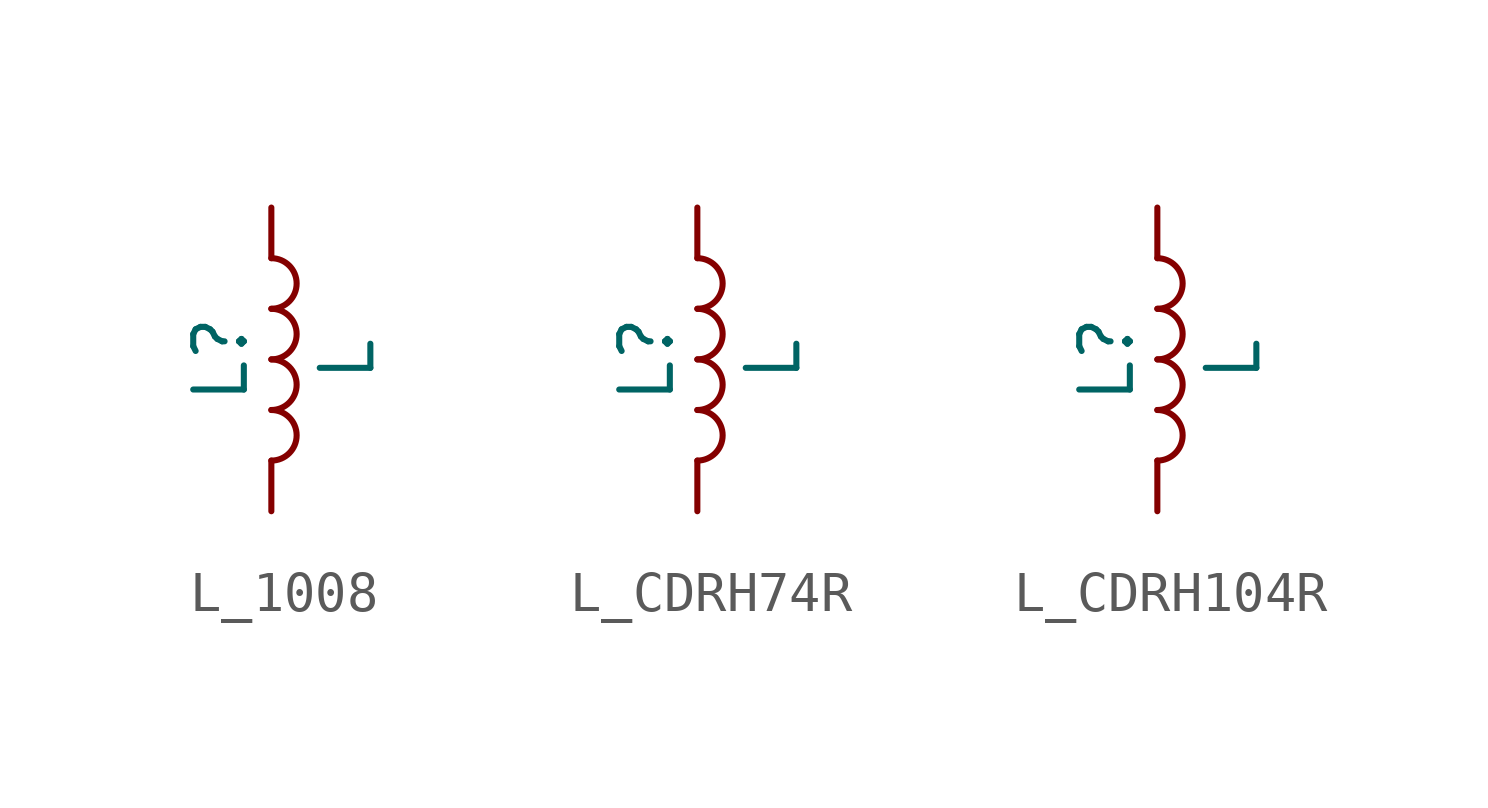
<source format=kicad_sym>
(kicad_symbol_lib
  (version 20241209)
  (generator "kicad_symbol_editor")
  (generator_version "9.0")
  (symbol "L_1008"
    (pin_numbers
      (hide yes))
    (pin_names
      (offset 1.016)
      (hide yes))
    (property "Reference" "L"
      (at -1.27 0 90)
      (effects (font (size 1.27 1.27))))
    (property "Value" "L"
      (at 1.905 0 90)
      (effects (font (size 1.27 1.27))))
    (symbol "L_1008_0_1"
      (arc (start 0 2.54) (mid 0.6323 1.905) (end 0 1.27) (stroke (width 0) (type default)) (fill (type none)))
      (arc (start 0 1.27) (mid 0.6323 0.635) (end 0 0) (stroke (width 0) (type default)) (fill (type none)))
      (arc (start 0 0) (mid 0.6323 -0.635) (end 0 -1.27) (stroke (width 0) (type default)) (fill (type none)))
      (arc (start 0 -1.27) (mid 0.6323 -1.905) (end 0 -2.54) (stroke (width 0) (type default)) (fill (type none))))
    (symbol "L_1008_1_1"
      (pin passive line (at 0 3.81 270) (length 1.27) (name "1" (effects (font (size 1.27 1.27)))) (number "1" (effects (font (size 1.27 1.27)))))
      (pin passive line (at 0 -3.81 90) (length 1.27) (name "2" (effects (font (size 1.27 1.27)))) (number "2" (effects (font (size 1.27 1.27)))))))
  (symbol "L_CDRH74R"
    (pin_numbers
      (hide yes))
    (pin_names
      (offset 1.016)
      (hide yes))
    (property "Reference" "L"
      (at -1.27 0 90)
      (effects (font (size 1.27 1.27))))
    (property "Value" "L"
      (at 1.905 0 90)
      (effects (font (size 1.27 1.27))))
    (symbol "L_CDRH74R_0_1"
      (arc (start 0 2.54) (mid 0.6323 1.905) (end 0 1.27) (stroke (width 0) (type default)) (fill (type none)))
      (arc (start 0 1.27) (mid 0.6323 0.635) (end 0 0) (stroke (width 0) (type default)) (fill (type none)))
      (arc (start 0 0) (mid 0.6323 -0.635) (end 0 -1.27) (stroke (width 0) (type default)) (fill (type none)))
      (arc (start 0 -1.27) (mid 0.6323 -1.905) (end 0 -2.54) (stroke (width 0) (type default)) (fill (type none))))
    (symbol "L_CDRH74R_1_1"
      (pin passive line (at 0 3.81 270) (length 1.27) (name "1" (effects (font (size 1.27 1.27)))) (number "1" (effects (font (size 1.27 1.27)))))
      (pin passive line (at 0 -3.81 90) (length 1.27) (name "2" (effects (font (size 1.27 1.27)))) (number "2" (effects (font (size 1.27 1.27)))))))
  (symbol "L_CDRH104R"
    (pin_numbers
      (hide yes))
    (pin_names
      (offset 1.016)
      (hide yes))
    (property "Reference" "L"
      (at -1.27 0 90)
      (effects (font (size 1.27 1.27))))
    (property "Value" "L"
      (at 1.905 0 90)
      (effects (font (size 1.27 1.27))))
    (symbol "L_CDRH104R_0_1"
      (arc (start 0 2.54) (mid 0.6323 1.905) (end 0 1.27) (stroke (width 0) (type default)) (fill (type none)))
      (arc (start 0 1.27) (mid 0.6323 0.635) (end 0 0) (stroke (width 0) (type default)) (fill (type none)))
      (arc (start 0 0) (mid 0.6323 -0.635) (end 0 -1.27) (stroke (width 0) (type default)) (fill (type none)))
      (arc (start 0 -1.27) (mid 0.6323 -1.905) (end 0 -2.54) (stroke (width 0) (type default)) (fill (type none))))
    (symbol "L_CDRH104R_1_1"
      (pin passive line (at 0 3.81 270) (length 1.27) (name "1" (effects (font (size 1.27 1.27)))) (number "1" (effects (font (size 1.27 1.27)))))
      (pin passive line (at 0 -3.81 90) (length 1.27) (name "2" (effects (font (size 1.27 1.27)))) (number "2" (effects (font (size 1.27 1.27))))))))
</source>
